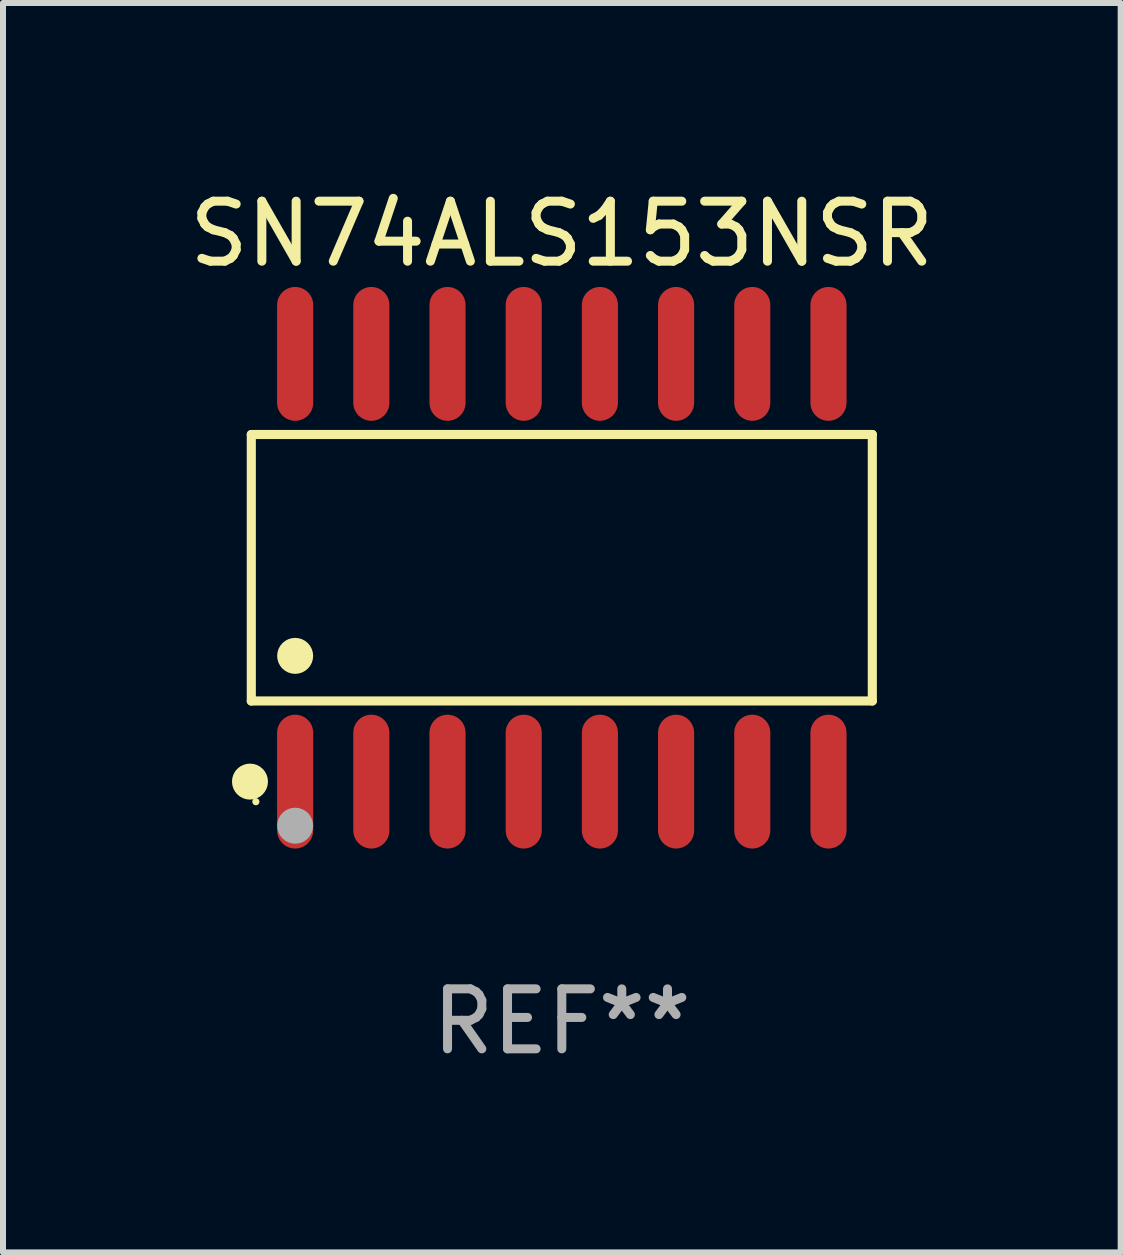
<source format=kicad_pcb>
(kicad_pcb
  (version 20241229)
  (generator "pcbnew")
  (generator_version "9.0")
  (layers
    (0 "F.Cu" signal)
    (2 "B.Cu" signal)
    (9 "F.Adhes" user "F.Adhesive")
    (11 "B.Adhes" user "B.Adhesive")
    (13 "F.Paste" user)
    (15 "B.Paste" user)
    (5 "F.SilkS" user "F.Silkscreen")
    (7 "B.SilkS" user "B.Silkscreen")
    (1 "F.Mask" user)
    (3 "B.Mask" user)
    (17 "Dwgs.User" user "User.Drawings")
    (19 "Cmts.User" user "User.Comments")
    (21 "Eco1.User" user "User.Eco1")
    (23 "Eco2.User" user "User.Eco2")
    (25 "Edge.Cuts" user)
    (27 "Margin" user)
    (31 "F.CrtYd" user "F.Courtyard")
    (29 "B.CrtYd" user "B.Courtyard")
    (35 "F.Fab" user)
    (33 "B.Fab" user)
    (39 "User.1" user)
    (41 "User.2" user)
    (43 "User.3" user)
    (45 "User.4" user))
  (footprint "SN74ALS153NSR"
    (layer "F.Cu")
    (at 6.315 6.414)
    (property "Reference" "SN74ALS153NSR" (at 0 -5.565 0) (layer "F.SilkS") (effects (font (size 1 1) (thickness 0.15))))
    (attr through_hole)
    (fp_line (start -5.176 -2.221) (end 5.176 -2.221) (stroke (width 0.152) (type solid)) (layer "F.SilkS"))
    (fp_line (start -5.176 2.221) (end -5.176 -2.221) (stroke (width 0.152) (type solid)) (layer "F.SilkS"))
    (fp_line (start 5.176 -2.221) (end 5.176 2.221) (stroke (width 0.152) (type solid)) (layer "F.SilkS"))
    (fp_line (start 5.176 2.221) (end -5.176 2.221) (stroke (width 0.152) (type solid)) (layer "F.SilkS"))
    (fp_circle (center -5.198 3.565) (end -5.048 3.565) (stroke (width 0.3) (type solid)) (fill no) (layer "F.SilkS"))
    (fp_circle (center -5.1 3.9) (end -5.07 3.9) (stroke (width 0.06) (type solid)) (fill no) (layer "F.SilkS"))
    (fp_circle (center -4.445 1.469) (end -4.295 1.469) (stroke (width 0.3) (type solid)) (fill no) (layer "F.SilkS"))
    (fp_circle (center -4.445 4.3) (end -4.295 4.3) (stroke (width 0.3) (type solid)) (fill no) (layer "F.Fab"))
    (fp_text user "REF**" (at 0 7.565 0) (layer "F.Fab") (effects (font (size 1 1) (thickness 0.15))))
    (pad "1" smd oval (at -4.445 3.565) (size 0.602 2.231) (layers "F.Cu" "F.Mask" "F.Paste"))
    (pad "2" smd oval (at -3.175 3.565) (size 0.602 2.231) (layers "F.Cu" "F.Mask" "F.Paste"))
    (pad "3" smd oval (at -1.905 3.565) (size 0.602 2.231) (layers "F.Cu" "F.Mask" "F.Paste"))
    (pad "4" smd oval (at -0.635 3.565) (size 0.602 2.231) (layers "F.Cu" "F.Mask" "F.Paste"))
    (pad "5" smd oval (at 0.635 3.565) (size 0.602 2.231) (layers "F.Cu" "F.Mask" "F.Paste"))
    (pad "6" smd oval (at 1.905 3.565) (size 0.602 2.231) (layers "F.Cu" "F.Mask" "F.Paste"))
    (pad "7" smd oval (at 3.175 3.565) (size 0.602 2.231) (layers "F.Cu" "F.Mask" "F.Paste"))
    (pad "8" smd oval (at 4.445 3.565) (size 0.602 2.231) (layers "F.Cu" "F.Mask" "F.Paste"))
    (pad "9" smd oval (at 4.445 -3.565) (size 0.602 2.231) (layers "F.Cu" "F.Mask" "F.Paste"))
    (pad "10" smd oval (at 3.175 -3.565) (size 0.602 2.231) (layers "F.Cu" "F.Mask" "F.Paste"))
    (pad "11" smd oval (at 1.905 -3.565) (size 0.602 2.231) (layers "F.Cu" "F.Mask" "F.Paste"))
    (pad "12" smd oval (at 0.635 -3.565) (size 0.602 2.231) (layers "F.Cu" "F.Mask" "F.Paste"))
    (pad "13" smd oval (at -0.635 -3.565) (size 0.602 2.231) (layers "F.Cu" "F.Mask" "F.Paste"))
    (pad "14" smd oval (at -1.905 -3.565) (size 0.602 2.231) (layers "F.Cu" "F.Mask" "F.Paste"))
    (pad "15" smd oval (at -3.175 -3.565) (size 0.602 2.231) (layers "F.Cu" "F.Mask" "F.Paste"))
    (pad "16" smd oval (at -4.445 -3.565) (size 0.602 2.231) (layers "F.Cu" "F.Mask" "F.Paste")))
  (gr_rect
    (start -3 -3)
    (end 15.631 17.827)
    (stroke (width 0.1) (type default))
    (fill no)
    (layer "Edge.Cuts")))
</source>
